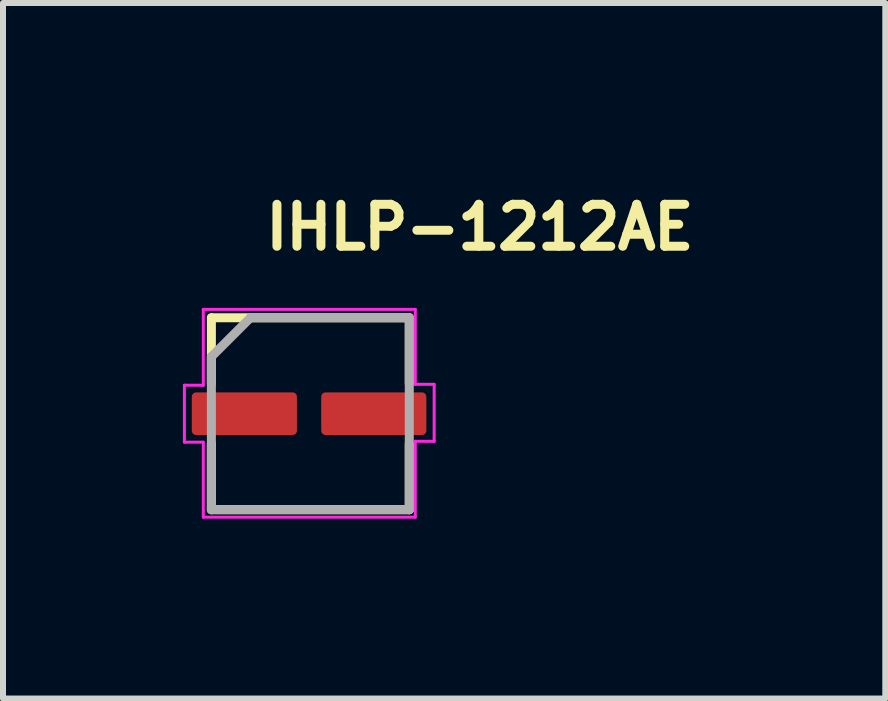
<source format=kicad_pcb>
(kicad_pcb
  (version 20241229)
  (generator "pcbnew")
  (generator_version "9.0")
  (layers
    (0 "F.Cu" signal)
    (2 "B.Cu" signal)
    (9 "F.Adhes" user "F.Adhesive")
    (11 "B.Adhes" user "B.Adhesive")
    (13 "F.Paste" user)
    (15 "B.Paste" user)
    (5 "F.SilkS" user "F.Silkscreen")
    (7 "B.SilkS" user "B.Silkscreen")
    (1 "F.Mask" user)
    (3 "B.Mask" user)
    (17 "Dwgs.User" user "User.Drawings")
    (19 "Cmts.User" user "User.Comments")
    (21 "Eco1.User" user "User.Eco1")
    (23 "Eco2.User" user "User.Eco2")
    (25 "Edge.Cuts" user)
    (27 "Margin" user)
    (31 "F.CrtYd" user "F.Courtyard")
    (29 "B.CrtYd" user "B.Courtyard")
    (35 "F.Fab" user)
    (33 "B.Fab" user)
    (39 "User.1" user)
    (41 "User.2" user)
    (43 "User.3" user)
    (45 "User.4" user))
  (footprint "IHLP-1212AE"
    (layer "F.Cu")
    (at 1.025 3.849)
    (property "Reference" "IHLP-1212AE" (at 0.278 -2.699 0) (layer "F.SilkS") (effects (font (size 0.7 0.7) (thickness 0.15)) (justify left bottom)))
    (attr smd)
    (fp_line (start -0.55 -1.6) (end 2.75 -1.6) (stroke (width 0.15) (type solid)) (layer "F.SilkS"))
    (fp_line (start -0.55 -0.5) (end -0.55 -1.6) (stroke (width 0.15) (type solid)) (layer "F.SilkS"))
    (fp_line (start -0.55 1.601) (end -0.55 0.499) (stroke (width 0.15) (type solid)) (layer "F.SilkS"))
    (fp_line (start 2.75 -1.6) (end 2.75 -0.5) (stroke (width 0.15) (type solid)) (layer "F.SilkS"))
    (fp_line (start 2.75 0.5) (end 2.75 1.601) (stroke (width 0.15) (type solid)) (layer "F.SilkS"))
    (fp_line (start 2.75 1.601) (end -0.55 1.601) (stroke (width 0.15) (type solid)) (layer "F.SilkS"))
    (fp_line (start -1 0.475) (end -1 -0.475) (stroke (width 0.05) (type solid)) (layer "F.CrtYd"))
    (fp_line (start -0.685 -1.74) (end 2.85 -1.74) (stroke (width 0.05) (type solid)) (layer "F.CrtYd"))
    (fp_line (start -0.685 -0.475) (end -1 -0.475) (stroke (width 0.05) (type solid)) (layer "F.CrtYd"))
    (fp_line (start -0.685 -0.475) (end -0.685 -1.74) (stroke (width 0.05) (type solid)) (layer "F.CrtYd"))
    (fp_line (start -0.685 0.475) (end -1 0.475) (stroke (width 0.05) (type solid)) (layer "F.CrtYd"))
    (fp_line (start -0.685 1.725) (end -0.685 0.475) (stroke (width 0.05) (type solid)) (layer "F.CrtYd"))
    (fp_line (start 2.85 -1.74) (end 2.85 -0.49) (stroke (width 0.05) (type solid)) (layer "F.CrtYd"))
    (fp_line (start 2.85 -0.49) (end 3.165 -0.49) (stroke (width 0.05) (type solid)) (layer "F.CrtYd"))
    (fp_line (start 2.85 0.46) (end 2.85 1.725) (stroke (width 0.05) (type solid)) (layer "F.CrtYd"))
    (fp_line (start 2.85 0.46) (end 3.165 0.46) (stroke (width 0.05) (type solid)) (layer "F.CrtYd"))
    (fp_line (start 2.85 1.725) (end -0.685 1.725) (stroke (width 0.05) (type solid)) (layer "F.CrtYd"))
    (fp_line (start 3.165 -0.49) (end 3.165 0.46) (stroke (width 0.05) (type solid)) (layer "F.CrtYd"))
    (fp_line (start -0.55 -0.95) (end 0.1 -1.6) (stroke (width 0.15) (type solid)) (layer "F.Fab"))
    (fp_line (start -0.55 1.6) (end -0.55 -0.95) (stroke (width 0.15) (type solid)) (layer "F.Fab"))
    (fp_line (start 2.75 -1.6) (end 0.1 -1.6) (stroke (width 0.15) (type solid)) (layer "F.Fab"))
    (fp_line (start 2.75 -1.6) (end 2.75 1.6) (stroke (width 0.15) (type solid)) (layer "F.Fab"))
    (fp_line (start 2.75 1.6) (end -0.55 1.6) (stroke (width 0.15) (type solid)) (layer "F.Fab"))
    (fp_line (start -0.706 -0.355) (end -0.706 0.354) (stroke (width 0.02) (type solid)) (layer "User.9"))
    (fp_line (start -0.706 -0.355) (end -0.548 -0.355) (stroke (width 0.02) (type solid)) (layer "User.9"))
    (fp_line (start -0.706 0.354) (end -0.706 -0.355) (stroke (width 0.02) (type solid)) (layer "User.9"))
    (fp_line (start -0.706 0.354) (end -0.548 0.354) (stroke (width 0.02) (type solid)) (layer "User.9"))
    (fp_line (start -0.548 -1.601) (end -0.548 1.601) (stroke (width 0.02) (type solid)) (layer "User.9"))
    (fp_line (start -0.548 -1.601) (end 2.741 -1.601) (stroke (width 0.02) (type solid)) (layer "User.9"))
    (fp_line (start -0.548 -0.355) (end -0.706 -0.355) (stroke (width 0.02) (type solid)) (layer "User.9"))
    (fp_line (start -0.548 0.354) (end -0.706 0.354) (stroke (width 0.02) (type solid)) (layer "User.9"))
    (fp_line (start -0.548 1.601) (end -0.548 -1.601) (stroke (width 0.02) (type solid)) (layer "User.9"))
    (fp_line (start -0.548 1.601) (end 2.741 1.601) (stroke (width 0.02) (type solid)) (layer "User.9"))
    (fp_line (start -0.482 -1.534) (end -0.482 1.534) (stroke (width 0.02) (type solid)) (layer "User.9"))
    (fp_line (start -0.482 -1.534) (end 0.175 -1.534) (stroke (width 0.02) (type solid)) (layer "User.9"))
    (fp_line (start -0.482 1.534) (end -0.482 -1.534) (stroke (width 0.02) (type solid)) (layer "User.9"))
    (fp_line (start -0.482 1.534) (end 0.175 1.534) (stroke (width 0.02) (type solid)) (layer "User.9"))
    (fp_line (start 0.175 -1.534) (end -0.482 -1.534) (stroke (width 0.02) (type solid)) (layer "User.9"))
    (fp_line (start 0.175 -1.534) (end 0.175 1.534) (stroke (width 0.02) (type solid)) (layer "User.9"))
    (fp_line (start 0.175 1.534) (end -0.482 1.534) (stroke (width 0.02) (type solid)) (layer "User.9"))
    (fp_line (start 0.175 1.534) (end 0.175 -1.534) (stroke (width 0.02) (type solid)) (layer "User.9"))
    (fp_line (start 2.741 -1.601) (end -0.548 -1.601) (stroke (width 0.02) (type solid)) (layer "User.9"))
    (fp_line (start 2.741 -1.601) (end 2.741 1.601) (stroke (width 0.02) (type solid)) (layer "User.9"))
    (fp_line (start 2.741 -0.355) (end 2.901 -0.355) (stroke (width 0.02) (type solid)) (layer "User.9"))
    (fp_line (start 2.741 0.354) (end 2.901 0.354) (stroke (width 0.02) (type solid)) (layer "User.9"))
    (fp_line (start 2.741 1.601) (end -0.548 1.601) (stroke (width 0.02) (type solid)) (layer "User.9"))
    (fp_line (start 2.741 1.601) (end 2.741 -1.601) (stroke (width 0.02) (type solid)) (layer "User.9"))
    (fp_line (start 2.901 -0.355) (end 2.741 -0.355) (stroke (width 0.02) (type solid)) (layer "User.9"))
    (fp_line (start 2.901 -0.355) (end 2.901 0.354) (stroke (width 0.02) (type solid)) (layer "User.9"))
    (fp_line (start 2.901 0.354) (end 2.741 0.354) (stroke (width 0.02) (type solid)) (layer "User.9"))
    (fp_line (start 2.901 0.354) (end 2.901 -0.355) (stroke (width 0.02) (type solid)) (layer "User.9"))
    (pad "1" smd roundrect (at 0 0) (size 1.753 0.711) (layers "F.Cu" "F.Mask" "F.Paste") (roundrect_rratio 0.1))
    (pad "2" smd roundrect (at 2.158 0) (size 1.753 0.711) (layers "F.Cu" "F.Mask" "F.Paste") (roundrect_rratio 0.1)))
  (gr_rect
    (start -3 -3)
    (end 11.713 8.599)
    (stroke (width 0.1) (type default))
    (fill no)
    (layer "Edge.Cuts")))
</source>
